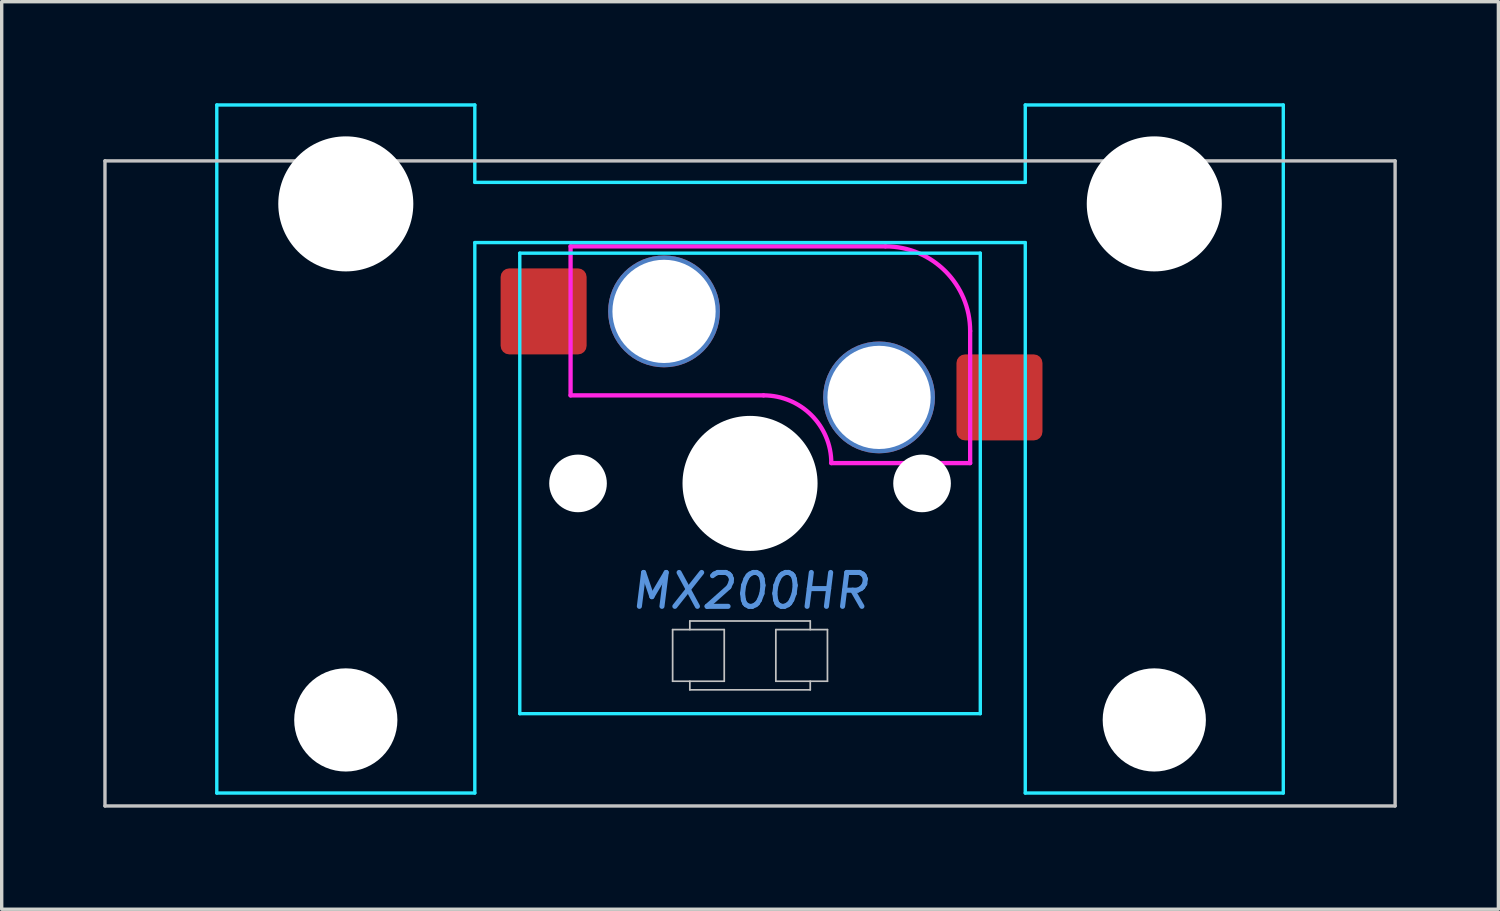
<source format=kicad_pcb>
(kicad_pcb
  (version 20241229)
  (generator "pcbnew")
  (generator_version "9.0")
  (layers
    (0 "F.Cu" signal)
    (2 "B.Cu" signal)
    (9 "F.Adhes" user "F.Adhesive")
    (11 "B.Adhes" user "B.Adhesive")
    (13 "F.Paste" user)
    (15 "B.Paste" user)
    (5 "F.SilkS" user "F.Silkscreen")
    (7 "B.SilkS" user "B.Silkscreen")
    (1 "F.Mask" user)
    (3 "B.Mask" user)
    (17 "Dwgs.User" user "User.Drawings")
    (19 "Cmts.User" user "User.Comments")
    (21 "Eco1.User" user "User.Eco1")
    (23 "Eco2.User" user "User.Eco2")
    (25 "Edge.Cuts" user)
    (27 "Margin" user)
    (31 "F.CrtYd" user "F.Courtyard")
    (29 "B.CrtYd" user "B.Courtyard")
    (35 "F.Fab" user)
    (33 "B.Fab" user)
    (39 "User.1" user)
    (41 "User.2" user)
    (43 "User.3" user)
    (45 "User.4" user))
  (footprint "MX200HR"
    (layer "F.Cu")
    (at 19.1 11.226)
    (property "Reference" "MX200HR" (at 0 3.175 0) (layer "Cmts.User") (effects (font (size 1 1) (thickness 0.15) (italic yes))))
    (attr smd)
    (fp_line (start -19.05 -9.525) (end -19.05 9.525) (stroke (width 0.1) (type solid)) (layer "Dwgs.User"))
    (fp_line (start -19.05 -9.525) (end 19.05 -9.525) (stroke (width 0.1) (type solid)) (layer "Dwgs.User"))
    (fp_line (start -19.05 9.525) (end 19.05 9.525) (stroke (width 0.1) (type solid)) (layer "Dwgs.User"))
    (fp_line (start -2.286 4.318) (end -0.762 4.318) (stroke (width 0.051) (type solid)) (layer "Dwgs.User"))
    (fp_line (start -2.286 5.842) (end -2.286 4.318) (stroke (width 0.051) (type solid)) (layer "Dwgs.User"))
    (fp_line (start -1.778 4.064) (end 1.778 4.064) (stroke (width 0.051) (type solid)) (layer "Dwgs.User"))
    (fp_line (start -1.778 4.318) (end -1.778 4.064) (stroke (width 0.051) (type solid)) (layer "Dwgs.User"))
    (fp_line (start -1.778 6.096) (end -1.778 5.842) (stroke (width 0.051) (type solid)) (layer "Dwgs.User"))
    (fp_line (start -0.762 4.318) (end -0.762 5.842) (stroke (width 0.051) (type solid)) (layer "Dwgs.User"))
    (fp_line (start -0.762 5.842) (end -2.286 5.842) (stroke (width 0.051) (type solid)) (layer "Dwgs.User"))
    (fp_line (start 0.762 4.318) (end 2.286 4.318) (stroke (width 0.051) (type solid)) (layer "Dwgs.User"))
    (fp_line (start 0.762 5.842) (end 0.762 4.318) (stroke (width 0.051) (type solid)) (layer "Dwgs.User"))
    (fp_line (start 1.778 4.064) (end 1.778 4.318) (stroke (width 0.051) (type solid)) (layer "Dwgs.User"))
    (fp_line (start 1.778 5.842) (end 1.778 6.096) (stroke (width 0.051) (type solid)) (layer "Dwgs.User"))
    (fp_line (start 1.778 6.096) (end -1.778 6.096) (stroke (width 0.051) (type solid)) (layer "Dwgs.User"))
    (fp_line (start 2.286 4.318) (end 2.286 5.842) (stroke (width 0.051) (type solid)) (layer "Dwgs.User"))
    (fp_line (start 2.286 5.842) (end 0.762 5.842) (stroke (width 0.051) (type solid)) (layer "Dwgs.User"))
    (fp_line (start 19.05 -9.525) (end 19.05 9.525) (stroke (width 0.1) (type solid)) (layer "Dwgs.User"))
    (fp_line (start -15.438 -8.515) (end -15.438 5.485) (stroke (width 0.1) (type solid)) (layer "Eco1.User"))
    (fp_line (start -14.938 -9.015) (end -8.938 -9.015) (stroke (width 0.1) (type solid)) (layer "Eco1.User"))
    (fp_line (start -8.938 5.985) (end -14.938 5.985) (stroke (width 0.1) (type solid)) (layer "Eco1.User"))
    (fp_line (start -8.438 5.485) (end -8.438 -8.515) (stroke (width 0.1) (type solid)) (layer "Eco1.User"))
    (fp_line (start -7 -6.5) (end -7 6.5) (stroke (width 0.1) (type solid)) (layer "Eco1.User"))
    (fp_line (start -6.5 7) (end 6.5 7) (stroke (width 0.1) (type solid)) (layer "Eco1.User"))
    (fp_line (start 6.5 -7) (end -6.5 -7) (stroke (width 0.1) (type solid)) (layer "Eco1.User"))
    (fp_line (start 7 6.5) (end 7 -6.5) (stroke (width 0.1) (type solid)) (layer "Eco1.User"))
    (fp_line (start 8.438 -8.515) (end 8.438 5.485) (stroke (width 0.1) (type solid)) (layer "Eco1.User"))
    (fp_line (start 8.938 -9.015) (end 14.938 -9.015) (stroke (width 0.1) (type solid)) (layer "Eco1.User"))
    (fp_line (start 14.938 5.985) (end 8.938 5.985) (stroke (width 0.1) (type solid)) (layer "Eco1.User"))
    (fp_line (start 15.438 5.485) (end 15.438 -8.515) (stroke (width 0.1) (type solid)) (layer "Eco1.User"))
    (fp_arc (start -15.438 -8.515) (mid -15.291553 -8.868553) (end -14.938 -9.015) (stroke (width 0.1) (type solid)) (layer "Eco1.User"))
    (fp_arc (start -14.938 5.985) (mid -15.291553 5.838553) (end -15.438 5.485) (stroke (width 0.1) (type solid)) (layer "Eco1.User"))
    (fp_arc (start -8.938 -9.015) (mid -8.584447 -8.868553) (end -8.438 -8.515) (stroke (width 0.1) (type solid)) (layer "Eco1.User"))
    (fp_arc (start -8.438 5.485) (mid -8.584447 5.838553) (end -8.938 5.985) (stroke (width 0.1) (type solid)) (layer "Eco1.User"))
    (fp_arc (start -7 -6.5) (mid -6.853553 -6.853553) (end -6.5 -7) (stroke (width 0.1) (type solid)) (layer "Eco1.User"))
    (fp_arc (start -6.5 7) (mid -6.853553 6.853553) (end -7 6.5) (stroke (width 0.1) (type solid)) (layer "Eco1.User"))
    (fp_arc (start 6.5 -7) (mid 6.853553 -6.853553) (end 7 -6.5) (stroke (width 0.1) (type solid)) (layer "Eco1.User"))
    (fp_arc (start 7 6.5) (mid 6.853553 6.853553) (end 6.5 7) (stroke (width 0.1) (type solid)) (layer "Eco1.User"))
    (fp_arc (start 8.438 -8.515) (mid 8.584447 -8.868553) (end 8.938 -9.015) (stroke (width 0.1) (type solid)) (layer "Eco1.User"))
    (fp_arc (start 8.938 5.985) (mid 8.584447 5.838553) (end 8.438 5.485) (stroke (width 0.1) (type solid)) (layer "Eco1.User"))
    (fp_arc (start 14.938 -9.015) (mid 15.291553 -8.868553) (end 15.438 -8.515) (stroke (width 0.1) (type solid)) (layer "Eco1.User"))
    (fp_arc (start 15.438 5.485) (mid 15.291553 5.838553) (end 14.938 5.985) (stroke (width 0.1) (type solid)) (layer "Eco1.User"))
    (fp_line (start -15.748 -11.176) (end -15.748 9.144) (stroke (width 0.1) (type solid)) (layer "B.CrtYd"))
    (fp_line (start -15.748 9.144) (end -8.128 9.144) (stroke (width 0.1) (type solid)) (layer "B.CrtYd"))
    (fp_line (start -8.128 -11.176) (end -15.748 -11.176) (stroke (width 0.1) (type solid)) (layer "B.CrtYd"))
    (fp_line (start -8.128 -8.89) (end -8.128 -11.176) (stroke (width 0.1) (type solid)) (layer "B.CrtYd"))
    (fp_line (start -8.128 -7.112) (end -8.128 9.142) (stroke (width 0.1) (type solid)) (layer "B.CrtYd"))
    (fp_line (start -6.8 -6.8) (end -6.8 6.8) (stroke (width 0.1) (type solid)) (layer "B.CrtYd"))
    (fp_line (start 6.8 -6.8) (end -6.8 -6.8) (stroke (width 0.1) (type solid)) (layer "B.CrtYd"))
    (fp_line (start 6.8 -6.8) (end 6.8 6.8) (stroke (width 0.1) (type solid)) (layer "B.CrtYd"))
    (fp_line (start 6.8 6.8) (end -6.8 6.8) (stroke (width 0.1) (type solid)) (layer "B.CrtYd"))
    (fp_line (start 8.128 -8.89) (end -8.128 -8.89) (stroke (width 0.1) (type solid)) (layer "B.CrtYd"))
    (fp_line (start 8.128 -8.89) (end 8.128 -11.176) (stroke (width 0.1) (type solid)) (layer "B.CrtYd"))
    (fp_line (start 8.128 -7.112) (end -8.128 -7.112) (stroke (width 0.1) (type solid)) (layer "B.CrtYd"))
    (fp_line (start 8.128 -7.112) (end 8.128 9.144) (stroke (width 0.1) (type solid)) (layer "B.CrtYd"))
    (fp_line (start 8.128 9.144) (end 15.748 9.144) (stroke (width 0.1) (type solid)) (layer "B.CrtYd"))
    (fp_line (start 15.748 -11.176) (end 8.128 -11.176) (stroke (width 0.1) (type solid)) (layer "B.CrtYd"))
    (fp_line (start 15.748 9.144) (end 15.748 -11.176) (stroke (width 0.1) (type solid)) (layer "B.CrtYd"))
    (fp_line (start -5.3 -7) (end -5.3 -2.6) (stroke (width 0.127) (type solid)) (layer "F.CrtYd"))
    (fp_line (start -5.3 -7) (end 4 -7) (stroke (width 0.127) (type solid)) (layer "F.CrtYd"))
    (fp_line (start 0.4 -2.6) (end -5.3 -2.6) (stroke (width 0.127) (type solid)) (layer "F.CrtYd"))
    (fp_line (start 6.5 -4.5) (end 6.5 -0.6) (stroke (width 0.127) (type solid)) (layer "F.CrtYd"))
    (fp_line (start 6.5 -0.6) (end 2.4 -0.6) (stroke (width 0.127) (type solid)) (layer "F.CrtYd"))
    (fp_arc (start 0.4 -2.6) (mid 1.814214 -2.014214) (end 2.4 -0.6) (stroke (width 0.127) (type solid)) (layer "F.CrtYd"))
    (fp_arc (start 4 -7) (mid 5.767767 -6.267767) (end 6.5 -4.5) (stroke (width 0.127) (type solid)) (layer "F.CrtYd"))
    (pad "" np_thru_hole circle (at -11.938 -8.255 180) (size 3.988 3.988) (drill 3.988) (layers "*.Cu" "*.Mask"))
    (pad "" np_thru_hole circle (at -11.938 6.985 180) (size 3.048 3.048) (drill 3.048) (layers "*.Cu" "*.Mask"))
    (pad "" np_thru_hole circle (at -5.08 0) (size 1.702 1.702) (drill 1.702) (layers "*.Cu" "*.Mask"))
    (pad "" np_thru_hole circle (at -2.54 -5.08) (size 3.302 3.302) (drill 3.048) (layers "*.Cu" "*.Mask"))
    (pad "" np_thru_hole circle (at 0 0) (size 3.988 3.988) (drill 3.988) (layers "*.Cu" "*.Mask"))
    (pad "" np_thru_hole circle (at 3.81 -2.54) (size 3.302 3.302) (drill 3.048) (layers "*.Cu" "*.Mask"))
    (pad "" np_thru_hole circle (at 5.08 0) (size 1.702 1.702) (drill 1.702) (layers "*.Cu" "*.Mask"))
    (pad "" np_thru_hole circle (at 11.938 -8.255 180) (size 3.988 3.988) (drill 3.988) (layers "*.Cu" "*.Mask"))
    (pad "" np_thru_hole circle (at 11.938 6.985 180) (size 3.048 3.048) (drill 3.048) (layers "*.Cu" "*.Mask"))
    (pad "1" smd roundrect (at -6.096 -5.08) (size 2.54 2.54) (layers "F.Cu" "F.Mask") (roundrect_rratio 0.1))
    (pad "2" smd roundrect (at 7.366 -2.54) (size 2.54 2.54) (layers "F.Cu" "F.Mask") (roundrect_rratio 0.1)))
  (gr_rect
    (start -3 -3)
    (end 41.2 23.801)
    (stroke (width 0.1) (type default))
    (fill no)
    (layer "Edge.Cuts")))
</source>
